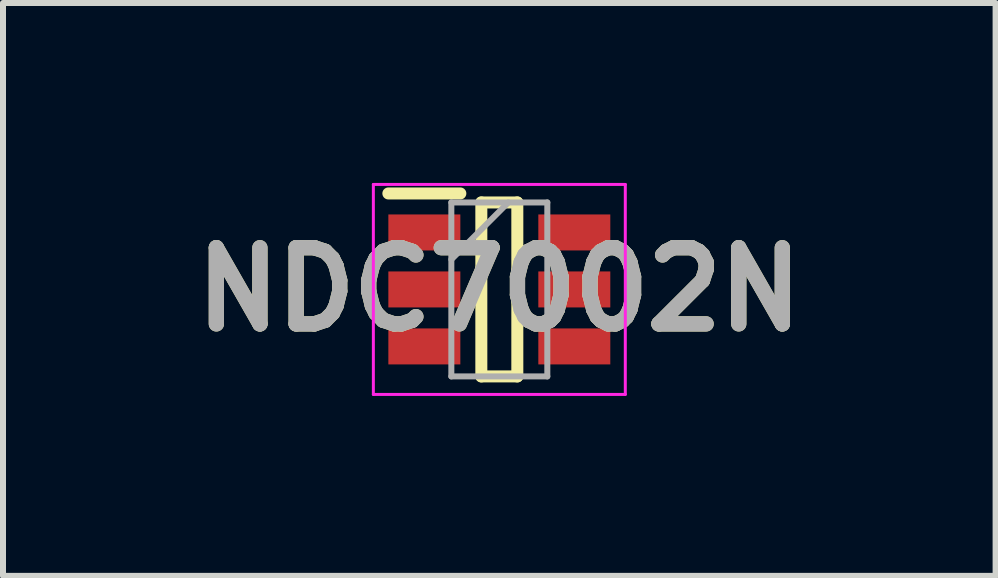
<source format=kicad_pcb>
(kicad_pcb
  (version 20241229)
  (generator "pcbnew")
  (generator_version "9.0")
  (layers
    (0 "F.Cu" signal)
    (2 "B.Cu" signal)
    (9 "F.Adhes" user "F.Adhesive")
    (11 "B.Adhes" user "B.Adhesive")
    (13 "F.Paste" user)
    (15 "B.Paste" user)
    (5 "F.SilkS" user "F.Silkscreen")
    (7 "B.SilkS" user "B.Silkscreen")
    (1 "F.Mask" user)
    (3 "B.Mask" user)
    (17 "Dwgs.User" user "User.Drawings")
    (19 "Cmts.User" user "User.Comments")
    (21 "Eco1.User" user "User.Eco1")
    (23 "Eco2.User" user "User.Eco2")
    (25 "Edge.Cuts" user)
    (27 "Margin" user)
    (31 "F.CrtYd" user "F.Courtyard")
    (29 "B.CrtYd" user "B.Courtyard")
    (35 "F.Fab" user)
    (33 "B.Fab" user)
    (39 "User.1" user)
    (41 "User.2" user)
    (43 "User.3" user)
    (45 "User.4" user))
  (footprint "NDC7002N"
    (layer "F.Cu")
    (at 5.274 1.775)
    (property "Reference" "NDC7002N" (at 0 0 0) (layer "F.SilkS") (effects (font (size 1.27 1.27) (thickness 0.254))))
    (attr smd)
    (fp_line (start -1.85 -1.6) (end -0.65 -1.6) (stroke (width 0.2) (type solid)) (layer "F.SilkS"))
    (fp_line (start -0.3 -1.45) (end 0.3 -1.45) (stroke (width 0.2) (type solid)) (layer "F.SilkS"))
    (fp_line (start -0.3 1.45) (end -0.3 -1.45) (stroke (width 0.2) (type solid)) (layer "F.SilkS"))
    (fp_line (start 0.3 -1.45) (end 0.3 1.45) (stroke (width 0.2) (type solid)) (layer "F.SilkS"))
    (fp_line (start 0.3 1.45) (end -0.3 1.45) (stroke (width 0.2) (type solid)) (layer "F.SilkS"))
    (fp_line (start -2.1 -1.75) (end 2.1 -1.75) (stroke (width 0.05) (type solid)) (layer "F.CrtYd"))
    (fp_line (start -2.1 1.75) (end -2.1 -1.75) (stroke (width 0.05) (type solid)) (layer "F.CrtYd"))
    (fp_line (start 2.1 -1.75) (end 2.1 1.75) (stroke (width 0.05) (type solid)) (layer "F.CrtYd"))
    (fp_line (start 2.1 1.75) (end -2.1 1.75) (stroke (width 0.05) (type solid)) (layer "F.CrtYd"))
    (fp_line (start -0.8 -1.45) (end 0.8 -1.45) (stroke (width 0.1) (type solid)) (layer "F.Fab"))
    (fp_line (start -0.8 -0.5) (end 0.15 -1.45) (stroke (width 0.1) (type solid)) (layer "F.Fab"))
    (fp_line (start -0.8 1.45) (end -0.8 -1.45) (stroke (width 0.1) (type solid)) (layer "F.Fab"))
    (fp_line (start 0.8 -1.45) (end 0.8 1.45) (stroke (width 0.1) (type solid)) (layer "F.Fab"))
    (fp_line (start 0.8 1.45) (end -0.8 1.45) (stroke (width 0.1) (type solid)) (layer "F.Fab"))
    (fp_text user "${REFERENCE}" (at 0 0 0) (layer "F.Fab") (effects (font (size 1.27 1.27) (thickness 0.254))))
    (pad "1" smd rect (at -1.25 -0.95 90) (size 0.6 1.2) (layers "F.Cu" "F.Mask" "F.Paste"))
    (pad "2" smd rect (at -1.25 0 90) (size 0.6 1.2) (layers "F.Cu" "F.Mask" "F.Paste"))
    (pad "3" smd rect (at -1.25 0.95 90) (size 0.6 1.2) (layers "F.Cu" "F.Mask" "F.Paste"))
    (pad "4" smd rect (at 1.25 0.95 90) (size 0.6 1.2) (layers "F.Cu" "F.Mask" "F.Paste"))
    (pad "5" smd rect (at 1.25 0 90) (size 0.6 1.2) (layers "F.Cu" "F.Mask" "F.Paste"))
    (pad "6" smd rect (at 1.25 -0.95 90) (size 0.6 1.2) (layers "F.Cu" "F.Mask" "F.Paste")))
  (gr_rect
    (start -3 -3)
    (end 13.547 6.55)
    (stroke (width 0.1) (type default))
    (fill no)
    (layer "Edge.Cuts")))
</source>
